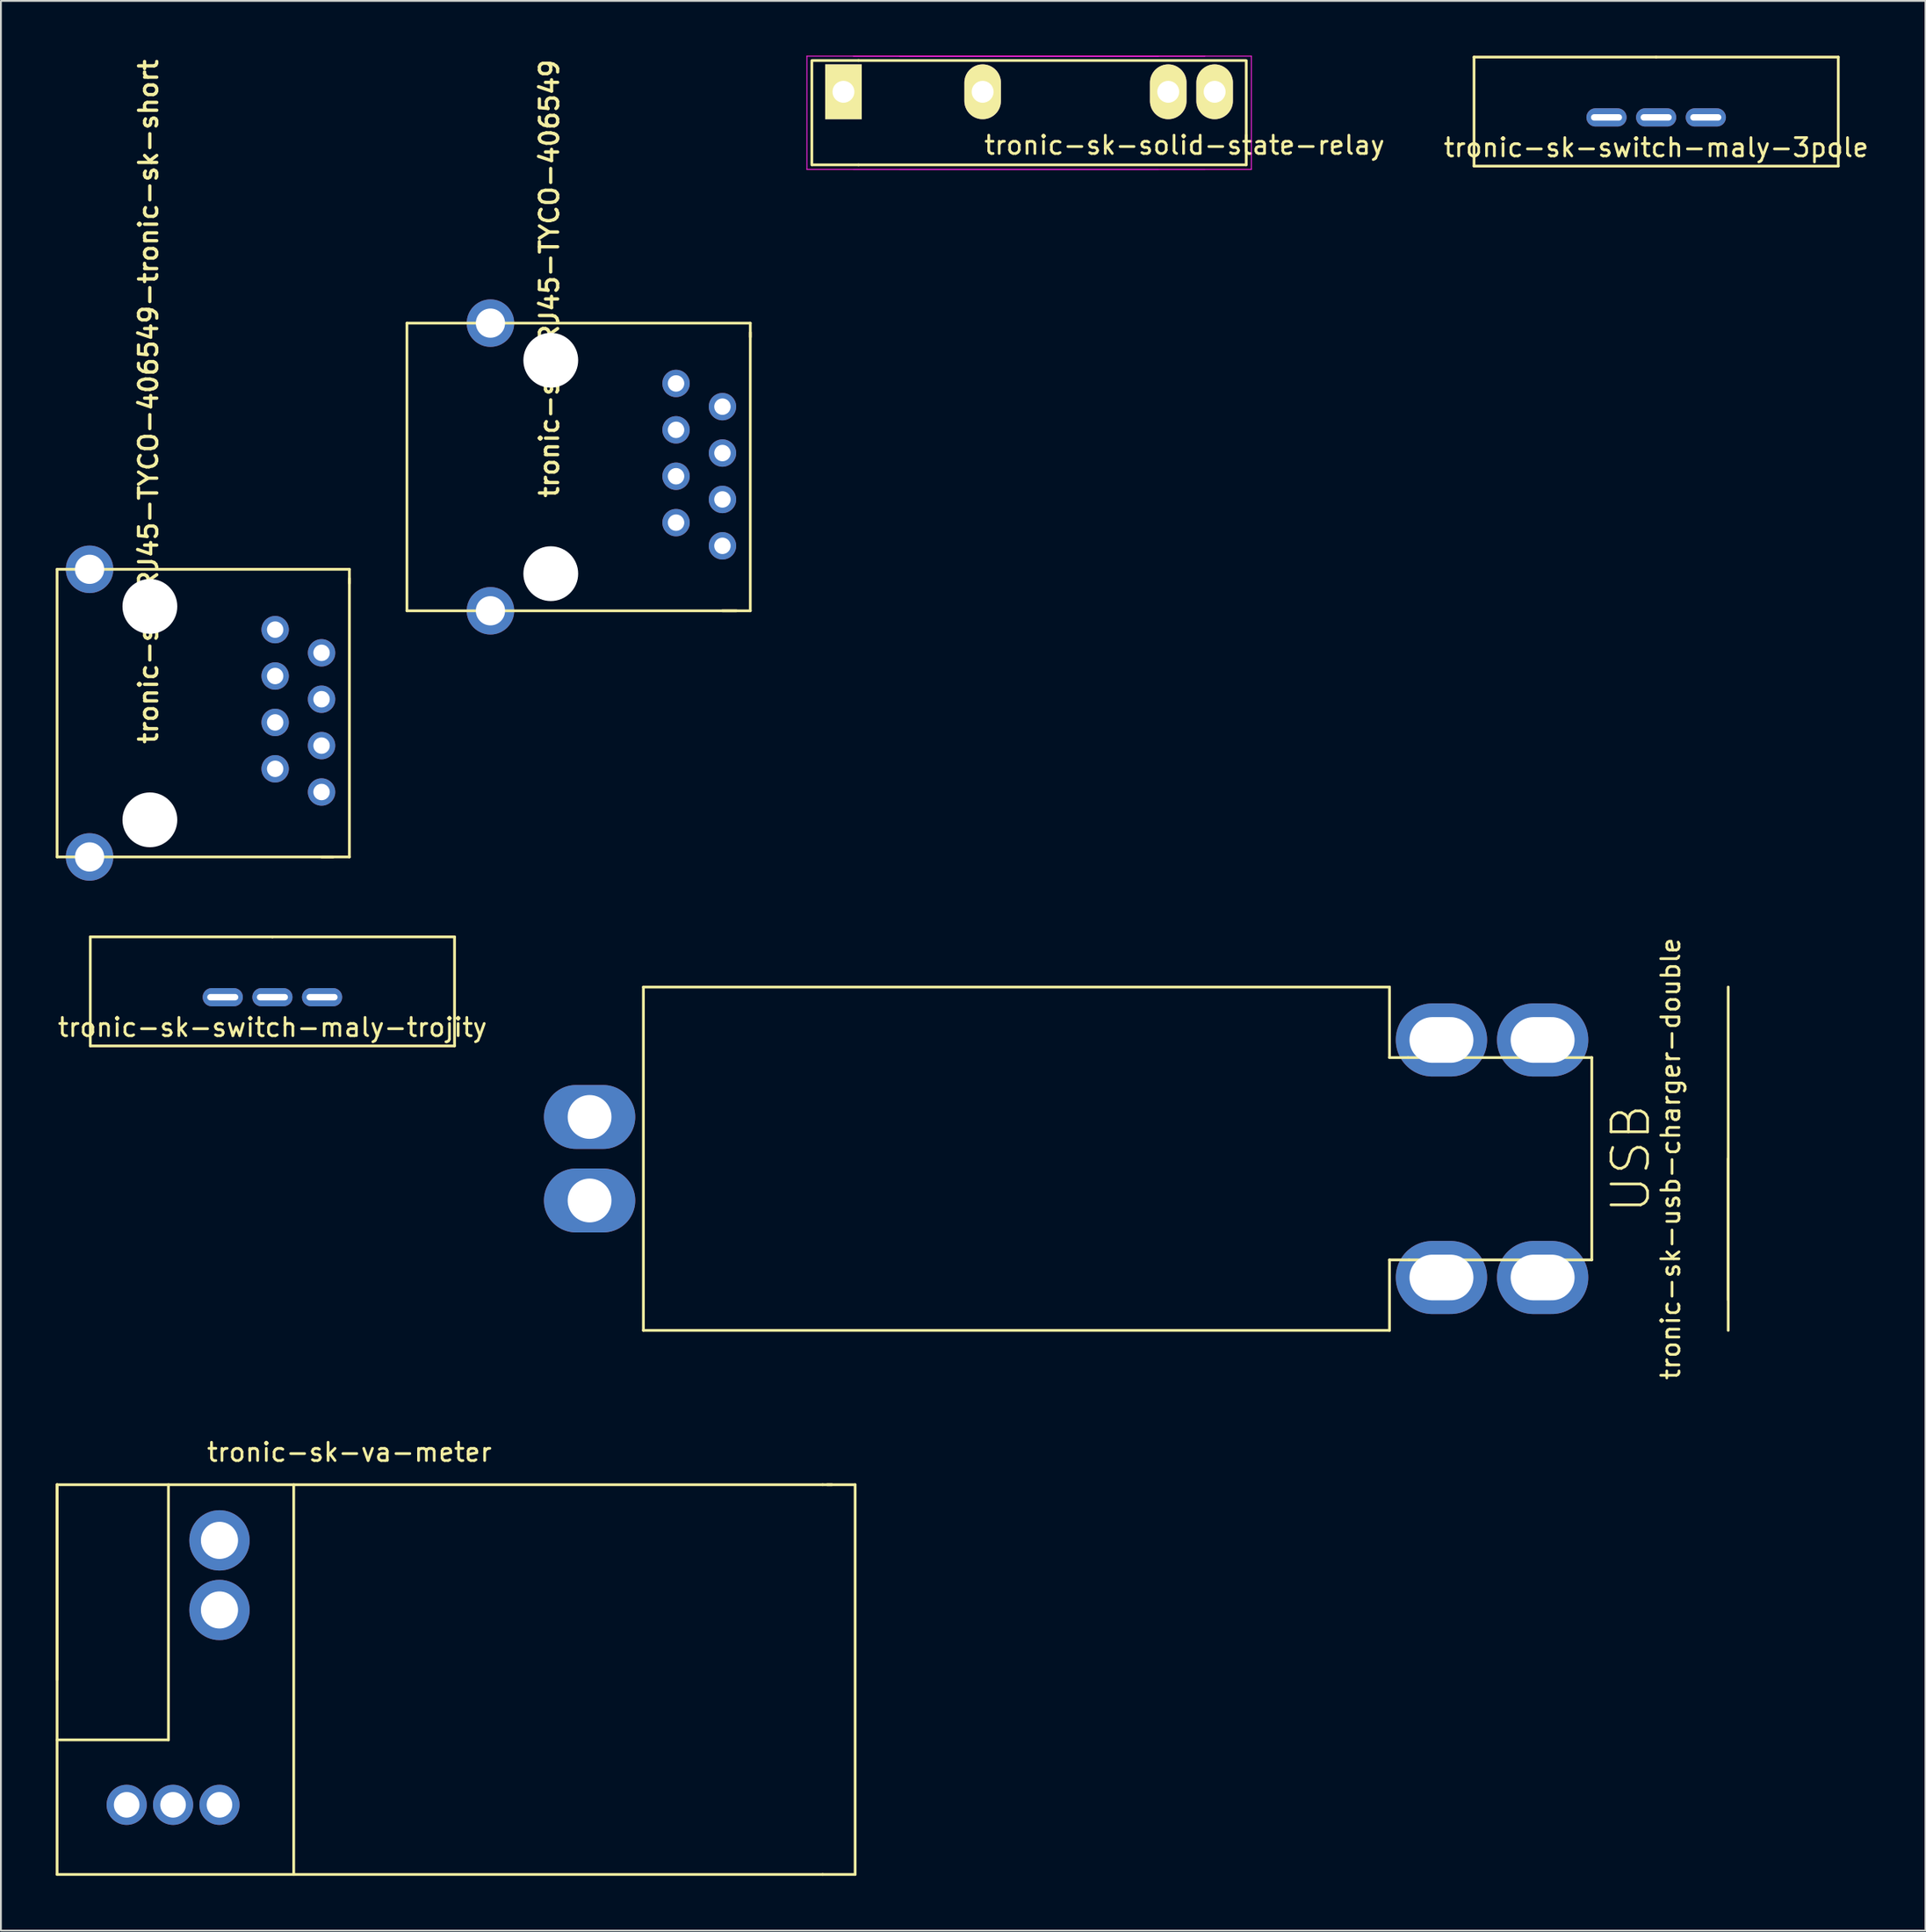
<source format=kicad_pcb>
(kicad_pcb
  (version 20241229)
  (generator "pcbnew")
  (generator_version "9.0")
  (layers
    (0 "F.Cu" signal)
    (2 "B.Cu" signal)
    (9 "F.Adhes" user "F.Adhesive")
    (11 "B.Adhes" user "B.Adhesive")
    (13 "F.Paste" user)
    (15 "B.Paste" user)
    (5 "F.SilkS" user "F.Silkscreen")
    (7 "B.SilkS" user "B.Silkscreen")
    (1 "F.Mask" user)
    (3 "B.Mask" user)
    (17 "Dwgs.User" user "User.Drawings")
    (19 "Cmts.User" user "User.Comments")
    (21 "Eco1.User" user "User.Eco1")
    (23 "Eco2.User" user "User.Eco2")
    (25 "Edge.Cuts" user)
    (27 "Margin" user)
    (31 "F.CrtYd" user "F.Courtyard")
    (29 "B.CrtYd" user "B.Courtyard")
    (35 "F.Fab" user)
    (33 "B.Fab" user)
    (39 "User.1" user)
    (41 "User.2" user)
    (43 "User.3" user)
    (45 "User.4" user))
  (footprint "tronic-sk-switch-maly-3pole"
    (layer "F.Cu")
    (at 87.613 3.377)
    (property "Reference" "tronic-sk-switch-maly-3pole" (at 0 1.651 0) (layer "F.SilkS") (effects (font (size 1 1) (thickness 0.15))))
    (attr through_hole)
    (fp_line (start -9.97 -3.302) (end -9.97 2.667) (stroke (width 0.15) (type solid)) (layer "F.SilkS"))
    (fp_line (start -9.97 2.667) (end 9.97 2.667) (stroke (width 0.15) (type solid)) (layer "F.SilkS"))
    (fp_line (start 0 -3.302) (end -9.97 -3.302) (stroke (width 0.15) (type solid)) (layer "F.SilkS"))
    (fp_line (start 0 -3.302) (end 9.97 -3.302) (stroke (width 0.15) (type solid)) (layer "F.SilkS"))
    (fp_line (start 9.97 2.667) (end 9.97 -3.302) (stroke (width 0.15) (type solid)) (layer "F.SilkS"))
    (pad "1" thru_hole oval (at -2.718 0 90) (size 1 2.2) (drill oval 0.35 1.7) (layers "*.Cu" "*.Mask"))
    (pad "2" thru_hole oval (at 0 0 90) (size 1 2.2) (drill oval 0.35 1.7) (layers "*.Cu" "*.Mask"))
    (pad "3" thru_hole oval (at 2.718 0 90) (size 1 2.2) (drill oval 0.35 1.7) (layers "*.Cu" "*.Mask")))
  (footprint "tronic-sk-RJ45-TYCO-406549-tronic-sk-short"
    (layer "F.Cu")
    (at 10.235 36.499)
    (property "Reference" "tronic-sk-RJ45-TYCO-406549-tronic-sk-short" (at -4.572 1.27 90) (layer "F.SilkS") (effects (font (size 1 1) (thickness 0.18)) (justify left bottom)))
    (attr through_hole)
    (fp_line (start -10.16 -8.382) (end -10.16 7.366) (stroke (width 0.15) (type solid)) (layer "F.SilkS"))
    (fp_line (start -10.16 7.366) (end 4.953 7.366) (stroke (width 0.15) (type solid)) (layer "F.SilkS"))
    (fp_line (start 4.318 7.366) (end 5.842 7.366) (stroke (width 0.15) (type solid)) (layer "F.SilkS"))
    (fp_line (start 5.842 -8.382) (end -10.16 -8.382) (stroke (width 0.15) (type solid)) (layer "F.SilkS"))
    (fp_line (start 5.842 -8.382) (end 5.842 -7.62) (stroke (width 0.15) (type solid)) (layer "F.SilkS"))
    (fp_line (start 5.842 7.366) (end 5.842 -7.874) (stroke (width 0.15) (type solid)) (layer "F.SilkS"))
    (pad "" np_thru_hole circle (at -5.08 -6.35) (size 3 3) (drill 3) (layers "*.Cu"))
    (pad "" np_thru_hole circle (at -5.08 5.334) (size 3 3) (drill 3) (layers "*.Cu"))
    (pad "1" thru_hole circle (at 1.778 -5.08) (size 1.5 1.5) (drill 0.9) (layers "*.Cu" "*.Mask"))
    (pad "2" thru_hole circle (at 4.318 -3.81) (size 1.5 1.5) (drill 0.9) (layers "*.Cu" "*.Mask"))
    (pad "3" thru_hole circle (at 1.778 -2.54) (size 1.5 1.5) (drill 0.9) (layers "*.Cu" "*.Mask"))
    (pad "4" thru_hole circle (at 4.318 -1.27) (size 1.5 1.5) (drill 0.9) (layers "*.Cu" "*.Mask"))
    (pad "5" thru_hole circle (at 1.778 0) (size 1.5 1.5) (drill 0.9) (layers "*.Cu" "*.Mask"))
    (pad "6" thru_hole circle (at 4.318 1.27) (size 1.5 1.5) (drill 0.9) (layers "*.Cu" "*.Mask"))
    (pad "7" thru_hole circle (at 1.778 2.54) (size 1.5 1.5) (drill 0.9) (layers "*.Cu" "*.Mask"))
    (pad "8" thru_hole circle (at 4.318 3.81) (size 1.5 1.5) (drill 0.9) (layers "*.Cu" "*.Mask"))
    (pad "SH" thru_hole circle (at -8.382 -8.382) (size 2.6 2.6) (drill 1.6) (layers "*.Cu" "*.Mask"))
    (pad "SH" thru_hole circle (at -8.382 7.366) (size 2.6 2.6) (drill 1.6) (layers "*.Cu" "*.Mask")))
  (footprint "tronic-sk-switch-maly-trojity"
    (layer "F.Cu")
    (at 11.863 51.542)
    (property "Reference" "tronic-sk-switch-maly-trojity" (at 0 1.651 0) (layer "F.SilkS") (effects (font (size 1 1) (thickness 0.15))))
    (attr through_hole)
    (fp_line (start -9.97 -3.302) (end -9.97 2.667) (stroke (width 0.15) (type solid)) (layer "F.SilkS"))
    (fp_line (start -9.97 2.667) (end 9.97 2.667) (stroke (width 0.15) (type solid)) (layer "F.SilkS"))
    (fp_line (start 0 -3.302) (end -9.97 -3.302) (stroke (width 0.15) (type solid)) (layer "F.SilkS"))
    (fp_line (start 0 -3.302) (end 9.97 -3.302) (stroke (width 0.15) (type solid)) (layer "F.SilkS"))
    (fp_line (start 9.97 2.667) (end 9.97 -3.302) (stroke (width 0.15) (type solid)) (layer "F.SilkS"))
    (pad "1" thru_hole oval (at -2.718 0 90) (size 1 2.2) (drill oval 0.35 1.7) (layers "*.Cu" "*.Mask"))
    (pad "2" thru_hole oval (at 0 0 90) (size 1 2.2) (drill oval 0.35 1.7) (layers "*.Cu" "*.Mask"))
    (pad "3" thru_hole oval (at 2.718 0 90) (size 1 2.2) (drill oval 0.35 1.7) (layers "*.Cu" "*.Mask")))
  (footprint "tronic-sk-solid-state-relay"
    (layer "F.Cu")
    (at 48.203 1.975)
    (property "Reference" "tronic-sk-solid-state-relay" (at 13.589 2.921 0) (layer "F.SilkS") (effects (font (size 1 1) (thickness 0.15))))
    (attr through_hole)
    (fp_line (start -6.81 4) (end -6.81 -1.7) (stroke (width 0.15) (type solid)) (layer "F.SilkS"))
    (fp_line (start -4.255 -1.714) (end -6.795 -1.714) (stroke (width 0.15) (type solid)) (layer "F.SilkS"))
    (fp_line (start -4.255 -1.714) (end 16.954 -1.714) (stroke (width 0.15) (type solid)) (layer "F.SilkS"))
    (fp_line (start -4.255 4) (end -6.795 4) (stroke (width 0.15) (type solid)) (layer "F.SilkS"))
    (fp_line (start -4.255 4) (end 16.954 4) (stroke (width 0.15) (type solid)) (layer "F.SilkS"))
    (fp_line (start 16.97 -1.7) (end 16.97 4) (stroke (width 0.15) (type solid)) (layer "F.SilkS"))
    (fp_line (start -7.08 -1.95) (end 12.17 -1.95) (stroke (width 0.05) (type solid)) (layer "F.CrtYd"))
    (fp_line (start -7.08 4.25) (end -7.08 -1.95) (stroke (width 0.05) (type solid)) (layer "F.CrtYd"))
    (fp_line (start -4.54 -1.95) (end 14.71 -1.95) (stroke (width 0.05) (type solid)) (layer "F.CrtYd"))
    (fp_line (start -2 -1.95) (end 17.25 -1.95) (stroke (width 0.05) (type solid)) (layer "F.CrtYd"))
    (fp_line (start 12.17 4.25) (end -7.08 4.25) (stroke (width 0.05) (type solid)) (layer "F.CrtYd"))
    (fp_line (start 14.71 4.25) (end -4.54 4.25) (stroke (width 0.05) (type solid)) (layer "F.CrtYd"))
    (fp_line (start 17.25 -1.95) (end 17.25 4.25) (stroke (width 0.05) (type solid)) (layer "F.CrtYd"))
    (fp_line (start 17.25 4.25) (end -2 4.25) (stroke (width 0.05) (type solid)) (layer "F.CrtYd"))
    (pad "1" thru_hole rect (at -5.08 0) (size 2 3) (drill 1.2) (layers "*.Cu" "*.Mask" "F.SilkS"))
    (pad "2" thru_hole oval (at 2.54 0) (size 2 3) (drill 1.2) (layers "*.Cu" "*.Mask" "F.SilkS"))
    (pad "3" thru_hole oval (at 12.7 0) (size 2 3) (drill 1.2) (layers "*.Cu" "*.Mask" "F.SilkS"))
    (pad "4" thru_hole oval (at 15.24 0) (size 2 3) (drill 1.2) (layers "*.Cu" "*.Mask" "F.SilkS")))
  (footprint "tronic-sk-va-meter"
    (layer "F.Cu")
    (at 21.919 88.899)
    (property "Reference" "tronic-sk-va-meter" (at -5.842 -12.446 0) (layer "F.SilkS") (effects (font (size 1 1) (thickness 0.15))))
    (attr through_hole)
    (fp_line (start -21.844 -10.668) (end -21.844 10.668) (stroke (width 0.15) (type solid)) (layer "F.SilkS"))
    (fp_line (start -21.844 0) (end -21.844 -10.668) (stroke (width 0.15) (type solid)) (layer "F.SilkS"))
    (fp_line (start -21.844 10.668) (end 20.066 10.668) (stroke (width 0.15) (type solid)) (layer "F.SilkS"))
    (fp_line (start -15.748 -10.668) (end -15.748 3.302) (stroke (width 0.15) (type solid)) (layer "F.SilkS"))
    (fp_line (start -15.748 3.302) (end -21.844 3.302) (stroke (width 0.15) (type solid)) (layer "F.SilkS"))
    (fp_line (start -8.89 -10.668) (end -8.89 10.668) (stroke (width 0.15) (type solid)) (layer "F.SilkS"))
    (fp_line (start 20.066 -10.668) (end -21.844 -10.668) (stroke (width 0.15) (type solid)) (layer "F.SilkS"))
    (fp_line (start 20.066 -10.668) (end 20.574 -10.668) (stroke (width 0.15) (type solid)) (layer "F.SilkS"))
    (fp_line (start 20.066 10.668) (end 21.844 10.668) (stroke (width 0.15) (type solid)) (layer "F.SilkS"))
    (fp_line (start 20.32 -10.668) (end 21.844 -10.668) (stroke (width 0.15) (type solid)) (layer "F.SilkS"))
    (fp_line (start 21.844 10.668) (end 21.844 -10.668) (stroke (width 0.15) (type solid)) (layer "F.SilkS"))
    (pad "1" thru_hole circle (at -18.034 6.858) (size 2.2 2.2) (drill 1.4) (layers "*.Cu" "*.Mask"))
    (pad "2" thru_hole circle (at -15.494 6.858) (size 2.2 2.2) (drill 1.4) (layers "*.Cu" "*.Mask"))
    (pad "3" thru_hole circle (at -12.954 6.858) (size 2.2 2.2) (drill 1.4) (layers "*.Cu" "*.Mask"))
    (pad "4" thru_hole circle (at -12.954 -7.62) (size 3.302 3.302) (drill 2.032) (layers "*.Cu" "*.Mask"))
    (pad "5" thru_hole circle (at -12.954 -3.81) (size 3.302 3.302) (drill 2.032) (layers "*.Cu" "*.Mask")))
  (footprint "tronic-sk-RJ45-TYCO-406549"
    (layer "F.Cu")
    (at 32.181 23.022)
    (property "Reference" "tronic-sk-RJ45-TYCO-406549" (at -4.572 1.27 90) (layer "F.SilkS") (effects (font (size 1 1) (thickness 0.18)) (justify left bottom)))
    (attr through_hole)
    (fp_line (start -12.954 -8.382) (end -12.954 7.366) (stroke (width 0.15) (type solid)) (layer "F.SilkS"))
    (fp_line (start -12.954 -8.382) (end 5.842 -8.382) (stroke (width 0.15) (type solid)) (layer "F.SilkS"))
    (fp_line (start -12.954 7.366) (end 5.08 7.366) (stroke (width 0.15) (type solid)) (layer "F.SilkS"))
    (fp_line (start 4.318 7.366) (end 5.842 7.366) (stroke (width 0.15) (type solid)) (layer "F.SilkS"))
    (fp_line (start 5.842 -8.382) (end 5.842 -7.62) (stroke (width 0.15) (type solid)) (layer "F.SilkS"))
    (fp_line (start 5.842 7.366) (end 5.842 -7.874) (stroke (width 0.15) (type solid)) (layer "F.SilkS"))
    (pad "" np_thru_hole circle (at -5.08 -6.35) (size 3 3) (drill 3) (layers "*.Cu"))
    (pad "" np_thru_hole circle (at -5.08 5.334) (size 3 3) (drill 3) (layers "*.Cu"))
    (pad "1" thru_hole circle (at 1.778 -5.08) (size 1.5 1.5) (drill 0.9) (layers "*.Cu" "*.Mask"))
    (pad "2" thru_hole circle (at 4.318 -3.81) (size 1.5 1.5) (drill 0.9) (layers "*.Cu" "*.Mask"))
    (pad "3" thru_hole circle (at 1.778 -2.54) (size 1.5 1.5) (drill 0.9) (layers "*.Cu" "*.Mask"))
    (pad "4" thru_hole circle (at 4.318 -1.27) (size 1.5 1.5) (drill 0.9) (layers "*.Cu" "*.Mask"))
    (pad "5" thru_hole circle (at 1.778 0) (size 1.5 1.5) (drill 0.9) (layers "*.Cu" "*.Mask"))
    (pad "6" thru_hole circle (at 4.318 1.27) (size 1.5 1.5) (drill 0.9) (layers "*.Cu" "*.Mask"))
    (pad "7" thru_hole circle (at 1.778 2.54) (size 1.5 1.5) (drill 0.9) (layers "*.Cu" "*.Mask"))
    (pad "8" thru_hole circle (at 4.318 3.81) (size 1.5 1.5) (drill 0.9) (layers "*.Cu" "*.Mask"))
    (pad "SH" thru_hole circle (at -8.382 -8.382) (size 2.6 2.6) (drill 1.6) (layers "*.Cu" "*.Mask"))
    (pad "SH" thru_hole circle (at -8.382 7.366) (size 2.6 2.6) (drill 1.6) (layers "*.Cu" "*.Mask")))
  (footprint "tronic-sk-usb-charger-double"
    (layer "F.Cu")
    (at 55.388 60.385)
    (property "Reference" "tronic-sk-usb-charger-double" (at 33.02 0 90) (layer "F.SilkS") (effects (font (size 1 1) (thickness 0.15))))
    (attr through_hole)
    (fp_line (start -23.216 9.398) (end -23.216 -9.398) (stroke (width 0.15) (type solid)) (layer "F.SilkS"))
    (fp_line (start 17.628 -9.398) (end -23.216 -9.398) (stroke (width 0.15) (type solid)) (layer "F.SilkS"))
    (fp_line (start 17.628 -5.537) (end 17.628 -9.398) (stroke (width 0.15) (type solid)) (layer "F.SilkS"))
    (fp_line (start 17.628 5.537) (end 17.628 9.398) (stroke (width 0.15) (type solid)) (layer "F.SilkS"))
    (fp_line (start 17.628 9.398) (end -23.216 9.398) (stroke (width 0.15) (type solid)) (layer "F.SilkS"))
    (fp_line (start 18.644 -5.537) (end 17.628 -5.537) (stroke (width 0.15) (type solid)) (layer "F.SilkS"))
    (fp_line (start 18.694 5.537) (end 17.628 5.537) (stroke (width 0.15) (type solid)) (layer "F.SilkS"))
    (fp_line (start 28.702 -5.537) (end 18.644 -5.537) (stroke (width 0.15) (type solid)) (layer "F.SilkS"))
    (fp_line (start 28.702 5.537) (end 18.694 5.537) (stroke (width 0.15) (type solid)) (layer "F.SilkS"))
    (fp_line (start 28.702 5.537) (end 28.702 -5.537) (stroke (width 0.15) (type solid)) (layer "F.SilkS"))
    (fp_line (start 36.17 7.722) (end 36.17 0) (stroke (width 0.15) (type solid)) (layer "F.SilkS"))
    (fp_line (start 36.17 9.398) (end 36.17 -9.398) (stroke (width 0.15) (type solid)) (layer "F.SilkS"))
    (fp_text user "USB" (at 30.836 0 90) (layer "F.SilkS") (effects (font (size 2 2) (thickness 0.15))))
    (pad "1" thru_hole oval (at -26.162 2.286) (size 5 3.5) (drill 2.4) (layers "*.Cu" "*.Mask"))
    (pad "2" thru_hole oval (at -26.162 -2.286) (size 5 3.5) (drill 2.4) (layers "*.Cu" "*.Mask"))
    (pad "3" thru_hole oval (at 20.472 -6.502) (size 5 4) (drill oval 3.5 2.5) (layers "*.Cu" "*.Mask"))
    (pad "3" thru_hole oval (at 20.472 6.502) (size 5 4) (drill oval 3.5 2.5) (layers "*.Cu" "*.Mask"))
    (pad "3" thru_hole oval (at 26.01 -6.502) (size 5 4) (drill oval 3.5 2.5) (layers "*.Cu" "*.Mask"))
    (pad "3" thru_hole oval (at 26.01 6.502) (size 5 4) (drill oval 3.5 2.5) (layers "*.Cu" "*.Mask")))
  (gr_rect
    (start -3 -3)
    (end 102.357 102.642)
    (stroke (width 0.1) (type default))
    (fill no)
    (layer "Edge.Cuts")))
</source>
